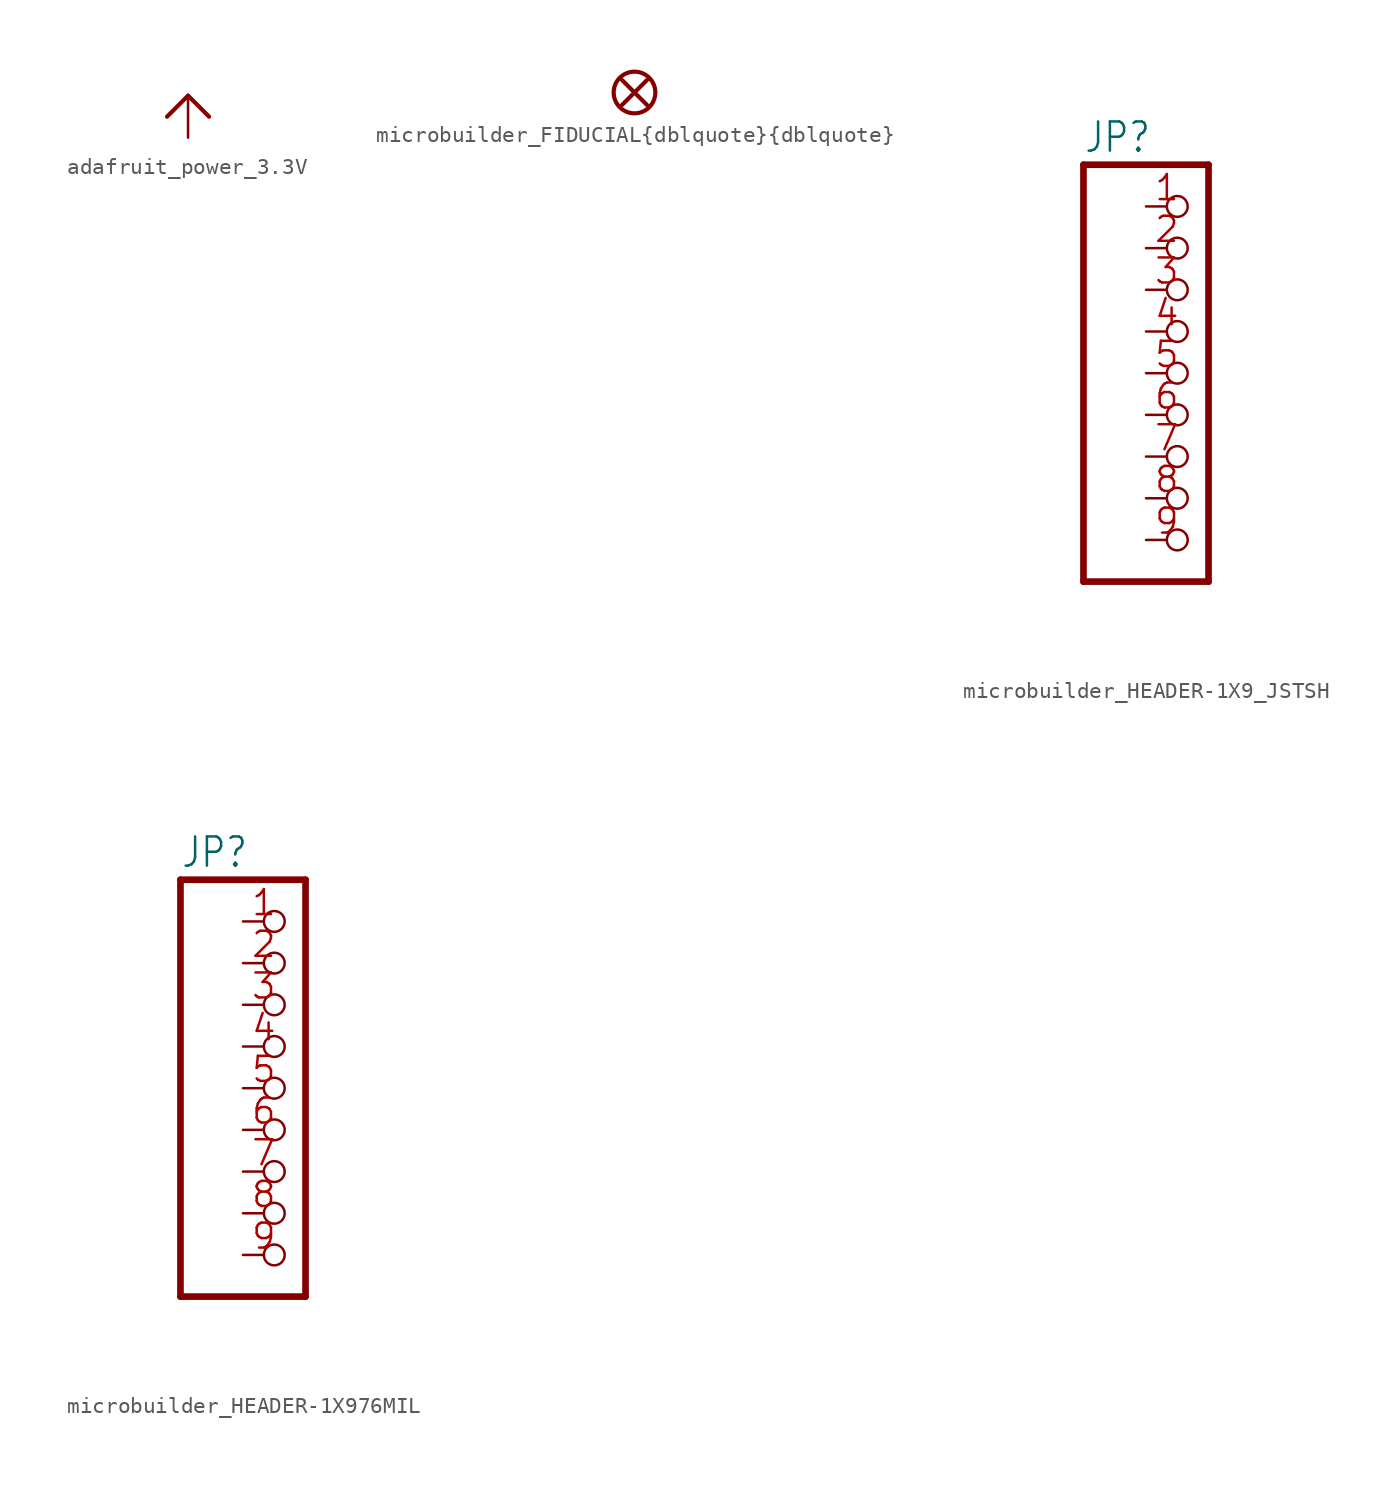
<source format=kicad_sym>
(kicad_symbol_lib
  (version 20241209)
  (generator "kicad_symbol_editor")
  (generator_version "9.0")
  (symbol "adafruit_power_3.3V"
    (power)
    (property "Reference" ""
      (at 0 0 0)
      (effects (font (size 1.27 1.27)) (hide yes)))
    (property "Value" ""
      (at -1.524 1.016 0)
      (effects (font (size 1.27 1.079)) (justify left bottom)))
    (property "ki_locked" ""
      (at 0 0 0)
      (effects (font (size 1.27 1.27))))
    (symbol "adafruit_power_3.3V_1_0"
      (polyline (pts (xy -1.27 -1.27) (xy 0 0)) (stroke (width 0.254) (type solid)) (fill (type none)))
      (polyline (pts (xy 0 0) (xy 1.27 -1.27)) (stroke (width 0.254) (type solid)) (fill (type none)))
      (pin power_in line (at 0 -2.54 90) (length 2.54) (name "3.3V" (effects (font (size 0 0)))) (number "1" (effects (font (size 0 0)))))))
  (symbol "microbuilder_FIDUCIAL{dblquote}{dblquote}"
    (property "Reference" "FID"
      (at 0 0 0)
      (effects (font (size 1.27 1.27)) (hide yes)))
    (property "ki_locked" ""
      (at 0 0 0)
      (effects (font (size 1.27 1.27))))
    (symbol "microbuilder_FIDUCIAL{dblquote}{dblquote}_1_0"
      (polyline (pts (xy -0.762 0.762) (xy 0.762 -0.762)) (stroke (width 0.254) (type solid)) (fill (type none)))
      (circle (center 0 0) (radius 1.27) (stroke (width 0.254) (type solid)) (fill (type none)))
      (polyline (pts (xy 0.762 0.762) (xy -0.762 -0.762)) (stroke (width 0.254) (type solid)) (fill (type none)))))
  (symbol "microbuilder_HEADER-1X9_JSTSH"
    (property "Reference" "JP"
      (at -6.35 13.335 0)
      (effects (font (size 1.778 1.511)) (justify left bottom)))
    (property "Value" ""
      (at -6.35 -15.24 0)
      (effects (font (size 1.778 1.511)) (justify left bottom)))
    (property "ki_locked" ""
      (at 0 0 0)
      (effects (font (size 1.27 1.27))))
    (symbol "microbuilder_HEADER-1X9_JSTSH_1_0"
      (polyline (pts (xy -6.35 12.7) (xy -6.35 -12.7)) (stroke (width 0.406) (type solid)) (fill (type none)))
      (polyline (pts (xy -6.35 -12.7) (xy 1.27 -12.7)) (stroke (width 0.406) (type solid)) (fill (type none)))
      (polyline (pts (xy 1.27 12.7) (xy -6.35 12.7)) (stroke (width 0.406) (type solid)) (fill (type none)))
      (polyline (pts (xy 1.27 -12.7) (xy 1.27 12.7)) (stroke (width 0.406) (type solid)) (fill (type none)))
      (pin passive inverted (at -2.54 10.16 0) (length 2.54) (name "1" (effects (font (size 0 0)))) (number "1" (effects (font (size 1.524 1.524)))))
      (pin passive inverted (at -2.54 7.62 0) (length 2.54) (name "2" (effects (font (size 0 0)))) (number "2" (effects (font (size 1.524 1.524)))))
      (pin passive inverted (at -2.54 5.08 0) (length 2.54) (name "3" (effects (font (size 0 0)))) (number "3" (effects (font (size 1.524 1.524)))))
      (pin passive inverted (at -2.54 2.54 0) (length 2.54) (name "4" (effects (font (size 0 0)))) (number "4" (effects (font (size 1.524 1.524)))))
      (pin passive inverted (at -2.54 0 0) (length 2.54) (name "5" (effects (font (size 0 0)))) (number "5" (effects (font (size 1.524 1.524)))))
      (pin passive inverted (at -2.54 -2.54 0) (length 2.54) (name "6" (effects (font (size 0 0)))) (number "6" (effects (font (size 1.524 1.524)))))
      (pin passive inverted (at -2.54 -5.08 0) (length 2.54) (name "7" (effects (font (size 0 0)))) (number "7" (effects (font (size 1.524 1.524)))))
      (pin passive inverted (at -2.54 -7.62 0) (length 2.54) (name "8" (effects (font (size 0 0)))) (number "8" (effects (font (size 1.524 1.524)))))
      (pin passive inverted (at -2.54 -10.16 0) (length 2.54) (name "9" (effects (font (size 0 0)))) (number "9" (effects (font (size 1.524 1.524)))))))
  (symbol "microbuilder_HEADER-1X976MIL"
    (property "Reference" "JP"
      (at -6.35 13.335 0)
      (effects (font (size 1.778 1.511)) (justify left bottom)))
    (property "Value" ""
      (at -6.35 -15.24 0)
      (effects (font (size 1.778 1.511)) (justify left bottom)))
    (property "ki_locked" ""
      (at 0 0 0)
      (effects (font (size 1.27 1.27))))
    (symbol "microbuilder_HEADER-1X976MIL_1_0"
      (polyline (pts (xy -6.35 12.7) (xy -6.35 -12.7)) (stroke (width 0.406) (type solid)) (fill (type none)))
      (polyline (pts (xy -6.35 -12.7) (xy 1.27 -12.7)) (stroke (width 0.406) (type solid)) (fill (type none)))
      (polyline (pts (xy 1.27 12.7) (xy -6.35 12.7)) (stroke (width 0.406) (type solid)) (fill (type none)))
      (polyline (pts (xy 1.27 -12.7) (xy 1.27 12.7)) (stroke (width 0.406) (type solid)) (fill (type none)))
      (pin passive inverted (at -2.54 10.16 0) (length 2.54) (name "1" (effects (font (size 0 0)))) (number "1" (effects (font (size 1.524 1.524)))))
      (pin passive inverted (at -2.54 7.62 0) (length 2.54) (name "2" (effects (font (size 0 0)))) (number "2" (effects (font (size 1.524 1.524)))))
      (pin passive inverted (at -2.54 5.08 0) (length 2.54) (name "3" (effects (font (size 0 0)))) (number "3" (effects (font (size 1.524 1.524)))))
      (pin passive inverted (at -2.54 2.54 0) (length 2.54) (name "4" (effects (font (size 0 0)))) (number "4" (effects (font (size 1.524 1.524)))))
      (pin passive inverted (at -2.54 0 0) (length 2.54) (name "5" (effects (font (size 0 0)))) (number "5" (effects (font (size 1.524 1.524)))))
      (pin passive inverted (at -2.54 -2.54 0) (length 2.54) (name "6" (effects (font (size 0 0)))) (number "6" (effects (font (size 1.524 1.524)))))
      (pin passive inverted (at -2.54 -5.08 0) (length 2.54) (name "7" (effects (font (size 0 0)))) (number "7" (effects (font (size 1.524 1.524)))))
      (pin passive inverted (at -2.54 -7.62 0) (length 2.54) (name "8" (effects (font (size 0 0)))) (number "8" (effects (font (size 1.524 1.524)))))
      (pin passive inverted (at -2.54 -10.16 0) (length 2.54) (name "9" (effects (font (size 0 0)))) (number "9" (effects (font (size 1.524 1.524))))))))
</source>
